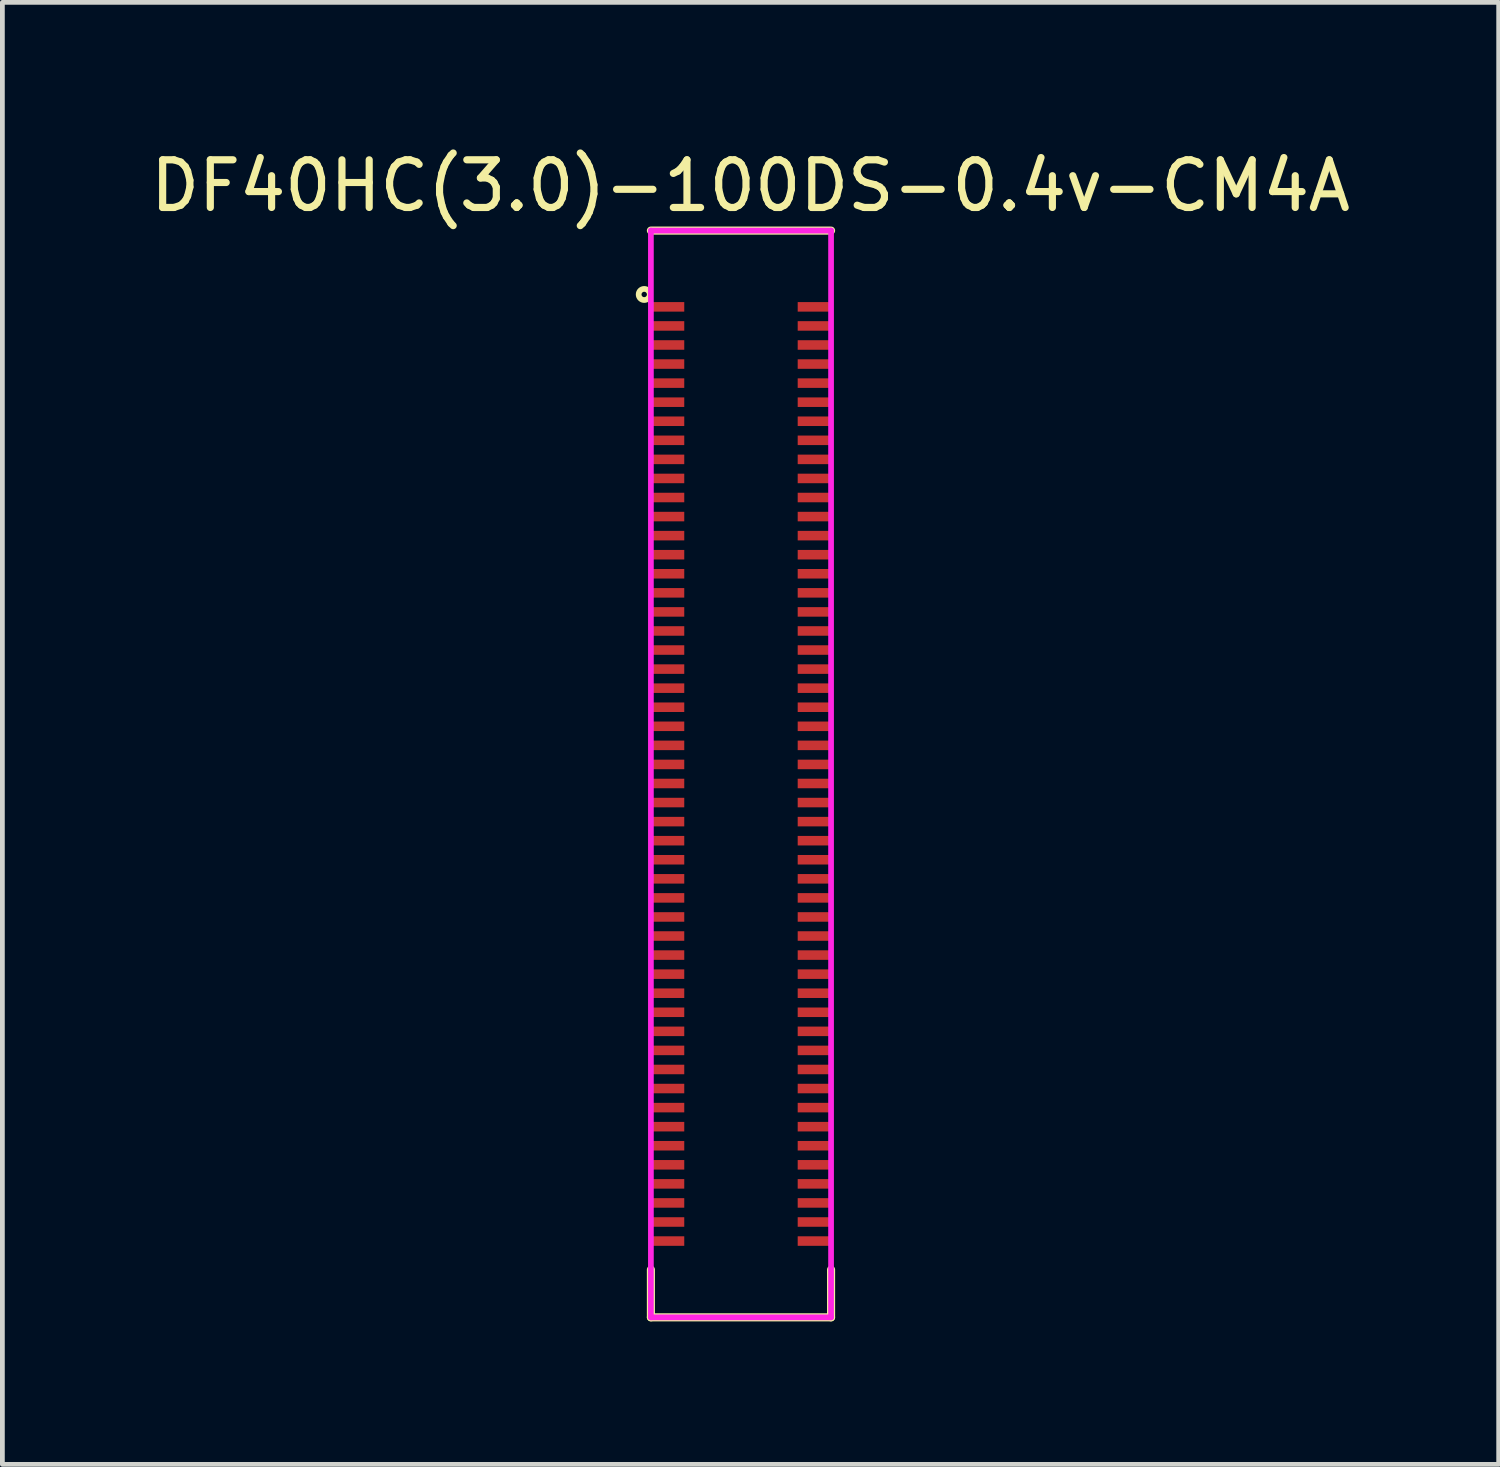
<source format=kicad_pcb>
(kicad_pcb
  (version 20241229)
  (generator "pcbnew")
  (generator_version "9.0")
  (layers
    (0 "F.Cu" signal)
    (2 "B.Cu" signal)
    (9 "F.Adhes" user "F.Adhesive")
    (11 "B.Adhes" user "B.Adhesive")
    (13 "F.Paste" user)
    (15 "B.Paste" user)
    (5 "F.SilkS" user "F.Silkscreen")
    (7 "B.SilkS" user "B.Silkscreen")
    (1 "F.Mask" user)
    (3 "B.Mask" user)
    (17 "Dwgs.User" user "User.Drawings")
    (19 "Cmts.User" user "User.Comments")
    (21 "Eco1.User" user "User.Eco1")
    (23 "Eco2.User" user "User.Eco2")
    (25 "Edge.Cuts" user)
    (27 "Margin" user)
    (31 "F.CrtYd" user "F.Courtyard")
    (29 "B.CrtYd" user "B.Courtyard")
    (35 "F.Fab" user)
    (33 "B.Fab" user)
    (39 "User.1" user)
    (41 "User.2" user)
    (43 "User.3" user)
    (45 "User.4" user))
  (footprint "DF40HC(3.0)-100DS-0.4v-CM4A"
    (layer "F.Cu")
    (at 12.496 13.188)
    (property "Reference" "DF40HC(3.0)-100DS-0.4v-CM4A" (at 0.2 -12.34 0) (layer "F.SilkS") (effects (font (size 1 1) (thickness 0.15))))
    (attr through_hole)
    (fp_line (start -1.89 -11.4) (end 1.89 -11.4) (stroke (width 0.17) (type solid)) (layer "F.SilkS"))
    (fp_line (start -1.89 11.4) (end -1.89 10.4) (stroke (width 0.17) (type solid)) (layer "F.SilkS"))
    (fp_line (start -1.89 11.4) (end 1.89 11.4) (stroke (width 0.17) (type solid)) (layer "F.SilkS"))
    (fp_line (start 1.89 11.4) (end 1.89 10.4) (stroke (width 0.17) (type solid)) (layer "F.SilkS"))
    (fp_circle (center -2.03 -10.06) (end -1.99 -10.02) (stroke (width 0.12) (type solid)) (fill no) (layer "F.SilkS"))
    (fp_line (start -1.89 -11.4) (end 1.89 -11.4) (stroke (width 0.12) (type solid)) (layer "F.CrtYd"))
    (fp_line (start -1.89 11.4) (end -1.89 -11.4) (stroke (width 0.12) (type solid)) (layer "F.CrtYd"))
    (fp_line (start 1.89 -11.4) (end 1.89 11.4) (stroke (width 0.12) (type solid)) (layer "F.CrtYd"))
    (fp_line (start 1.89 11.4) (end -1.89 11.4) (stroke (width 0.12) (type solid)) (layer "F.CrtYd"))
    (pad "1" smd rect (at -1.54 -9.8 270) (size 0.2 0.7) (layers "F.Cu" "F.Mask" "F.Paste"))
    (pad "2" smd rect (at 1.54 -9.8 270) (size 0.2 0.7) (layers "F.Cu" "F.Mask" "F.Paste"))
    (pad "3" smd rect (at -1.54 -9.4 270) (size 0.2 0.7) (layers "F.Cu" "F.Mask" "F.Paste"))
    (pad "4" smd rect (at 1.54 -9.4 270) (size 0.2 0.7) (layers "F.Cu" "F.Mask" "F.Paste"))
    (pad "5" smd rect (at -1.54 -9 270) (size 0.2 0.7) (layers "F.Cu" "F.Mask" "F.Paste"))
    (pad "6" smd rect (at 1.54 -9 270) (size 0.2 0.7) (layers "F.Cu" "F.Mask" "F.Paste"))
    (pad "7" smd rect (at -1.54 -8.6 270) (size 0.2 0.7) (layers "F.Cu" "F.Mask" "F.Paste"))
    (pad "8" smd rect (at 1.54 -8.6 270) (size 0.2 0.7) (layers "F.Cu" "F.Mask" "F.Paste"))
    (pad "9" smd rect (at -1.54 -8.2 270) (size 0.2 0.7) (layers "F.Cu" "F.Mask" "F.Paste"))
    (pad "10" smd rect (at 1.54 -8.2 270) (size 0.2 0.7) (layers "F.Cu" "F.Mask" "F.Paste"))
    (pad "11" smd rect (at -1.54 -7.8 270) (size 0.2 0.7) (layers "F.Cu" "F.Mask" "F.Paste"))
    (pad "12" smd rect (at 1.54 -7.8 270) (size 0.2 0.7) (layers "F.Cu" "F.Mask" "F.Paste"))
    (pad "13" smd rect (at -1.54 -7.4 270) (size 0.2 0.7) (layers "F.Cu" "F.Mask" "F.Paste"))
    (pad "14" smd rect (at 1.54 -7.4 270) (size 0.2 0.7) (layers "F.Cu" "F.Mask" "F.Paste"))
    (pad "15" smd rect (at -1.54 -7 270) (size 0.2 0.7) (layers "F.Cu" "F.Mask" "F.Paste"))
    (pad "16" smd rect (at 1.54 -7 270) (size 0.2 0.7) (layers "F.Cu" "F.Mask" "F.Paste"))
    (pad "17" smd rect (at -1.54 -6.6 270) (size 0.2 0.7) (layers "F.Cu" "F.Mask" "F.Paste"))
    (pad "18" smd rect (at 1.54 -6.6 270) (size 0.2 0.7) (layers "F.Cu" "F.Mask" "F.Paste"))
    (pad "19" smd rect (at -1.54 -6.2 270) (size 0.2 0.7) (layers "F.Cu" "F.Mask" "F.Paste"))
    (pad "20" smd rect (at 1.54 -6.2 270) (size 0.2 0.7) (layers "F.Cu" "F.Mask" "F.Paste"))
    (pad "21" smd rect (at -1.54 -5.8 270) (size 0.2 0.7) (layers "F.Cu" "F.Mask" "F.Paste"))
    (pad "22" smd rect (at 1.54 -5.8 270) (size 0.2 0.7) (layers "F.Cu" "F.Mask" "F.Paste"))
    (pad "23" smd rect (at -1.54 -5.4 270) (size 0.2 0.7) (layers "F.Cu" "F.Mask" "F.Paste"))
    (pad "24" smd rect (at 1.54 -5.4 270) (size 0.2 0.7) (layers "F.Cu" "F.Mask" "F.Paste"))
    (pad "25" smd rect (at -1.54 -5 270) (size 0.2 0.7) (layers "F.Cu" "F.Mask" "F.Paste"))
    (pad "26" smd rect (at 1.54 -5 270) (size 0.2 0.7) (layers "F.Cu" "F.Mask" "F.Paste"))
    (pad "27" smd rect (at -1.54 -4.6 270) (size 0.2 0.7) (layers "F.Cu" "F.Mask" "F.Paste"))
    (pad "28" smd rect (at 1.54 -4.6 270) (size 0.2 0.7) (layers "F.Cu" "F.Mask" "F.Paste"))
    (pad "29" smd rect (at -1.54 -4.2 270) (size 0.2 0.7) (layers "F.Cu" "F.Mask" "F.Paste"))
    (pad "30" smd rect (at 1.54 -4.2 270) (size 0.2 0.7) (layers "F.Cu" "F.Mask" "F.Paste"))
    (pad "31" smd rect (at -1.54 -3.8 270) (size 0.2 0.7) (layers "F.Cu" "F.Mask" "F.Paste"))
    (pad "32" smd rect (at 1.54 -3.8 270) (size 0.2 0.7) (layers "F.Cu" "F.Mask" "F.Paste"))
    (pad "33" smd rect (at -1.54 -3.4 270) (size 0.2 0.7) (layers "F.Cu" "F.Mask" "F.Paste"))
    (pad "34" smd rect (at 1.54 -3.4 270) (size 0.2 0.7) (layers "F.Cu" "F.Mask" "F.Paste"))
    (pad "35" smd rect (at -1.54 -3 270) (size 0.2 0.7) (layers "F.Cu" "F.Mask" "F.Paste"))
    (pad "36" smd rect (at 1.54 -3 270) (size 0.2 0.7) (layers "F.Cu" "F.Mask" "F.Paste"))
    (pad "37" smd rect (at -1.54 -2.6 270) (size 0.2 0.7) (layers "F.Cu" "F.Mask" "F.Paste"))
    (pad "38" smd rect (at 1.54 -2.6 270) (size 0.2 0.7) (layers "F.Cu" "F.Mask" "F.Paste"))
    (pad "39" smd rect (at -1.54 -2.2 270) (size 0.2 0.7) (layers "F.Cu" "F.Mask" "F.Paste"))
    (pad "40" smd rect (at 1.54 -2.2 270) (size 0.2 0.7) (layers "F.Cu" "F.Mask" "F.Paste"))
    (pad "41" smd rect (at -1.54 -1.8 270) (size 0.2 0.7) (layers "F.Cu" "F.Mask" "F.Paste"))
    (pad "42" smd rect (at 1.54 -1.8 270) (size 0.2 0.7) (layers "F.Cu" "F.Mask" "F.Paste"))
    (pad "43" smd rect (at -1.54 -1.4 270) (size 0.2 0.7) (layers "F.Cu" "F.Mask" "F.Paste"))
    (pad "44" smd rect (at 1.54 -1.4 270) (size 0.2 0.7) (layers "F.Cu" "F.Mask" "F.Paste"))
    (pad "45" smd rect (at -1.54 -1 270) (size 0.2 0.7) (layers "F.Cu" "F.Mask" "F.Paste"))
    (pad "46" smd rect (at 1.54 -1 270) (size 0.2 0.7) (layers "F.Cu" "F.Mask" "F.Paste"))
    (pad "47" smd rect (at -1.54 -0.6 270) (size 0.2 0.7) (layers "F.Cu" "F.Mask" "F.Paste"))
    (pad "48" smd rect (at 1.54 -0.6 270) (size 0.2 0.7) (layers "F.Cu" "F.Mask" "F.Paste"))
    (pad "49" smd rect (at -1.54 -0.2 270) (size 0.2 0.7) (layers "F.Cu" "F.Mask" "F.Paste"))
    (pad "50" smd rect (at 1.54 -0.2 270) (size 0.2 0.7) (layers "F.Cu" "F.Mask" "F.Paste"))
    (pad "51" smd rect (at -1.54 0.2 270) (size 0.2 0.7) (layers "F.Cu" "F.Mask" "F.Paste"))
    (pad "52" smd rect (at 1.54 0.2 270) (size 0.2 0.7) (layers "F.Cu" "F.Mask" "F.Paste"))
    (pad "53" smd rect (at -1.54 0.6 270) (size 0.2 0.7) (layers "F.Cu" "F.Mask" "F.Paste"))
    (pad "54" smd rect (at 1.54 0.6 270) (size 0.2 0.7) (layers "F.Cu" "F.Mask" "F.Paste"))
    (pad "55" smd rect (at -1.54 1 270) (size 0.2 0.7) (layers "F.Cu" "F.Mask" "F.Paste"))
    (pad "56" smd rect (at 1.54 1 270) (size 0.2 0.7) (layers "F.Cu" "F.Mask" "F.Paste"))
    (pad "57" smd rect (at -1.54 1.4 270) (size 0.2 0.7) (layers "F.Cu" "F.Mask" "F.Paste"))
    (pad "58" smd rect (at 1.54 1.4 270) (size 0.2 0.7) (layers "F.Cu" "F.Mask" "F.Paste"))
    (pad "59" smd rect (at -1.54 1.8 270) (size 0.2 0.7) (layers "F.Cu" "F.Mask" "F.Paste"))
    (pad "60" smd rect (at 1.54 1.8 270) (size 0.2 0.7) (layers "F.Cu" "F.Mask" "F.Paste"))
    (pad "61" smd rect (at -1.54 2.2 270) (size 0.2 0.7) (layers "F.Cu" "F.Mask" "F.Paste"))
    (pad "62" smd rect (at 1.54 2.2 270) (size 0.2 0.7) (layers "F.Cu" "F.Mask" "F.Paste"))
    (pad "63" smd rect (at -1.54 2.6 270) (size 0.2 0.7) (layers "F.Cu" "F.Mask" "F.Paste"))
    (pad "64" smd rect (at 1.54 2.6 270) (size 0.2 0.7) (layers "F.Cu" "F.Mask" "F.Paste"))
    (pad "65" smd rect (at -1.54 3 270) (size 0.2 0.7) (layers "F.Cu" "F.Mask" "F.Paste"))
    (pad "66" smd rect (at 1.54 3 270) (size 0.2 0.7) (layers "F.Cu" "F.Mask" "F.Paste"))
    (pad "67" smd rect (at -1.54 3.4 270) (size 0.2 0.7) (layers "F.Cu" "F.Mask" "F.Paste"))
    (pad "68" smd rect (at 1.54 3.4 270) (size 0.2 0.7) (layers "F.Cu" "F.Mask" "F.Paste"))
    (pad "69" smd rect (at -1.54 3.8 270) (size 0.2 0.7) (layers "F.Cu" "F.Mask" "F.Paste"))
    (pad "70" smd rect (at 1.54 3.8 270) (size 0.2 0.7) (layers "F.Cu" "F.Mask" "F.Paste"))
    (pad "71" smd rect (at -1.54 4.2 270) (size 0.2 0.7) (layers "F.Cu" "F.Mask" "F.Paste"))
    (pad "72" smd rect (at 1.54 4.2 270) (size 0.2 0.7) (layers "F.Cu" "F.Mask" "F.Paste"))
    (pad "73" smd rect (at -1.54 4.6 270) (size 0.2 0.7) (layers "F.Cu" "F.Mask" "F.Paste"))
    (pad "74" smd rect (at 1.54 4.6 270) (size 0.2 0.7) (layers "F.Cu" "F.Mask" "F.Paste"))
    (pad "75" smd rect (at -1.54 5 270) (size 0.2 0.7) (layers "F.Cu" "F.Mask" "F.Paste"))
    (pad "76" smd rect (at 1.54 5 270) (size 0.2 0.7) (layers "F.Cu" "F.Mask" "F.Paste"))
    (pad "77" smd rect (at -1.54 5.4 270) (size 0.2 0.7) (layers "F.Cu" "F.Mask" "F.Paste"))
    (pad "78" smd rect (at 1.54 5.4 270) (size 0.2 0.7) (layers "F.Cu" "F.Mask" "F.Paste"))
    (pad "79" smd rect (at -1.54 5.8 270) (size 0.2 0.7) (layers "F.Cu" "F.Mask" "F.Paste"))
    (pad "80" smd rect (at 1.54 5.8 270) (size 0.2 0.7) (layers "F.Cu" "F.Mask" "F.Paste"))
    (pad "81" smd rect (at -1.54 6.2 270) (size 0.2 0.7) (layers "F.Cu" "F.Mask" "F.Paste"))
    (pad "82" smd rect (at 1.54 6.2 270) (size 0.2 0.7) (layers "F.Cu" "F.Mask" "F.Paste"))
    (pad "83" smd rect (at -1.54 6.6 270) (size 0.2 0.7) (layers "F.Cu" "F.Mask" "F.Paste"))
    (pad "84" smd rect (at 1.54 6.6 270) (size 0.2 0.7) (layers "F.Cu" "F.Mask" "F.Paste"))
    (pad "85" smd rect (at -1.54 7 270) (size 0.2 0.7) (layers "F.Cu" "F.Mask" "F.Paste"))
    (pad "86" smd rect (at 1.54 7 270) (size 0.2 0.7) (layers "F.Cu" "F.Mask" "F.Paste"))
    (pad "87" smd rect (at -1.54 7.4 270) (size 0.2 0.7) (layers "F.Cu" "F.Mask" "F.Paste"))
    (pad "88" smd rect (at 1.54 7.4 270) (size 0.2 0.7) (layers "F.Cu" "F.Mask" "F.Paste"))
    (pad "89" smd rect (at -1.54 7.8 270) (size 0.2 0.7) (layers "F.Cu" "F.Mask" "F.Paste"))
    (pad "90" smd rect (at 1.54 7.8 270) (size 0.2 0.7) (layers "F.Cu" "F.Mask" "F.Paste"))
    (pad "91" smd rect (at -1.54 8.2 270) (size 0.2 0.7) (layers "F.Cu" "F.Mask" "F.Paste"))
    (pad "92" smd rect (at 1.54 8.2 270) (size 0.2 0.7) (layers "F.Cu" "F.Mask" "F.Paste"))
    (pad "93" smd rect (at -1.54 8.6 270) (size 0.2 0.7) (layers "F.Cu" "F.Mask" "F.Paste"))
    (pad "94" smd rect (at 1.54 8.6 270) (size 0.2 0.7) (layers "F.Cu" "F.Mask" "F.Paste"))
    (pad "95" smd rect (at -1.54 9 270) (size 0.2 0.7) (layers "F.Cu" "F.Mask" "F.Paste"))
    (pad "96" smd rect (at 1.54 9 270) (size 0.2 0.7) (layers "F.Cu" "F.Mask" "F.Paste"))
    (pad "97" smd rect (at -1.54 9.4 270) (size 0.2 0.7) (layers "F.Cu" "F.Mask" "F.Paste"))
    (pad "98" smd rect (at 1.54 9.4 270) (size 0.2 0.7) (layers "F.Cu" "F.Mask" "F.Paste"))
    (pad "99" smd rect (at -1.54 9.8 270) (size 0.2 0.7) (layers "F.Cu" "F.Mask" "F.Paste"))
    (pad "100" smd rect (at 1.54 9.8 270) (size 0.2 0.7) (layers "F.Cu" "F.Mask" "F.Paste")))
  (gr_rect
    (start -3 -3)
    (end 28.393 27.673)
    (stroke (width 0.1) (type default))
    (fill no)
    (layer "Edge.Cuts")))
</source>
